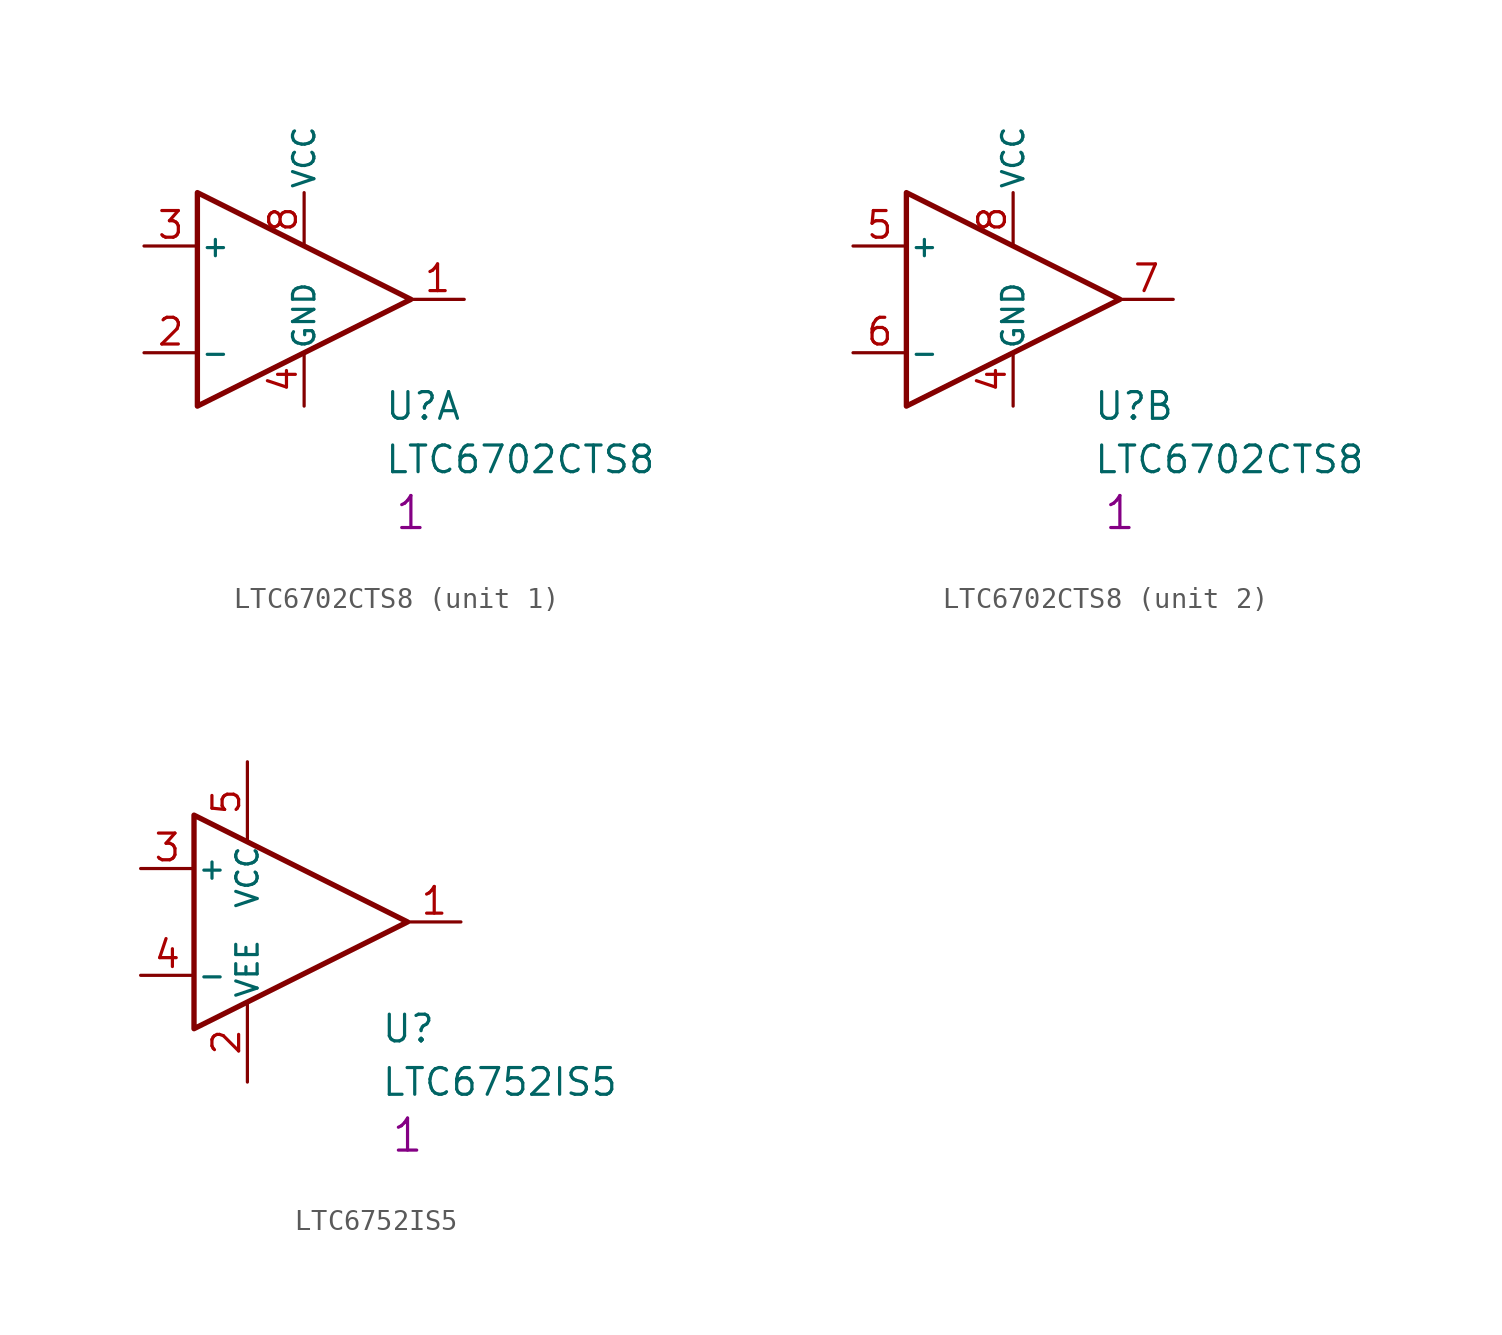
<source format=kicad_sym>
(kicad_symbol_lib
  (version 20201005)
  (generator kicad_symbol_editor)
  (symbol "S_Analog_Comparator:LTC6702CTS8"
    (pin_names
      (offset 0.127))
    (property "Reference" "U"
      (at 3.81 -5.08 0)
      (effects (font (size 1.27 1.27)) (justify left)))
    (property "Value" "LTC6702CTS8"
      (at 3.81 -7.62 0)
      (effects (font (size 1.27 1.27)) (justify left)))
    (property "Qty" "1"
      (at 5.08 -10.16 0)
      (effects (font (size 1.524 1.524))))
    (symbol "LTC6702CTS8_0_1"
      (pin power_out line (at 0 -5.08 90) (length 2.54) (name "GND" (effects (font (size 1.016 1.016)))) (number "4" (effects (font (size 1.27 1.27)))))
      (pin power_in line (at 0 2.54 90) (length 2.54) (name "VCC" (effects (font (size 1.016 1.016)))) (number "8" (effects (font (size 1.27 1.27))))))
    (symbol "LTC6702CTS8_1_1"
      (polyline (pts (xy -5.08 5.08) (xy 5.08 0) (xy -5.08 -5.08) (xy -5.08 5.08)) (stroke (width 0.254)) (fill (type none)))
      (pin output line (at 7.62 0 180) (length 2.54) (name "~" (effects (font (size 1.27 1.27)))) (number "1" (effects (font (size 1.27 1.27)))))
      (pin input line (at -7.62 -2.54 0) (length 2.54) (name "-" (effects (font (size 1.016 1.016)))) (number "2" (effects (font (size 1.27 1.27)))))
      (pin input line (at -7.62 2.54 0) (length 2.54) (name "+" (effects (font (size 1.016 1.016)))) (number "3" (effects (font (size 1.27 1.27))))))
    (symbol "LTC6702CTS8_2_1"
      (polyline (pts (xy -5.08 5.08) (xy 5.08 0) (xy -5.08 -5.08) (xy -5.08 5.08)) (stroke (width 0.254)) (fill (type none)))
      (pin output line (at 7.62 0 180) (length 2.54) (name "~" (effects (font (size 1.27 1.27)))) (number "7" (effects (font (size 1.27 1.27)))))
      (pin input line (at -7.62 -2.54 0) (length 2.54) (name "-" (effects (font (size 1.016 1.016)))) (number "6" (effects (font (size 1.27 1.27)))))
      (pin input line (at -7.62 2.54 0) (length 2.54) (name "+" (effects (font (size 1.016 1.016)))) (number "5" (effects (font (size 1.27 1.27)))))))
  (symbol "S_Analog_Comparator:LTC6752IS5"
    (pin_names
      (offset 0.127))
    (property "Reference" "U"
      (at 3.81 -5.08 0)
      (effects (font (size 1.27 1.27)) (justify left)))
    (property "Value" "LTC6752IS5"
      (at 3.81 -7.62 0)
      (effects (font (size 1.27 1.27)) (justify left)))
    (property "Qty" "1"
      (at 5.08 -10.16 0)
      (effects (font (size 1.524 1.524))))
    (symbol "LTC6752IS5_1_1"
      (polyline (pts (xy -5.08 5.08) (xy 5.08 0) (xy -5.08 -5.08) (xy -5.08 5.08)) (stroke (width 0.254)) (fill (type none)))
      (pin output line (at 7.62 0 180) (length 2.54) (name "~" (effects (font (size 1.27 1.27)))) (number "1" (effects (font (size 1.27 1.27)))))
      (pin power_in line (at -2.54 -7.62 90) (length 3.81) (name "VEE" (effects (font (size 1.016 1.016)))) (number "2" (effects (font (size 1.27 1.27)))))
      (pin input line (at -7.62 2.54 0) (length 2.54) (name "+" (effects (font (size 1.016 1.016)))) (number "3" (effects (font (size 1.27 1.27)))))
      (pin input line (at -7.62 -2.54 0) (length 2.54) (name "-" (effects (font (size 1.016 1.016)))) (number "4" (effects (font (size 1.27 1.27)))))
      (pin power_in line (at -2.54 7.62 270) (length 3.81) (name "VCC" (effects (font (size 1.016 1.016)))) (number "5" (effects (font (size 1.27 1.27))))))))
</source>
